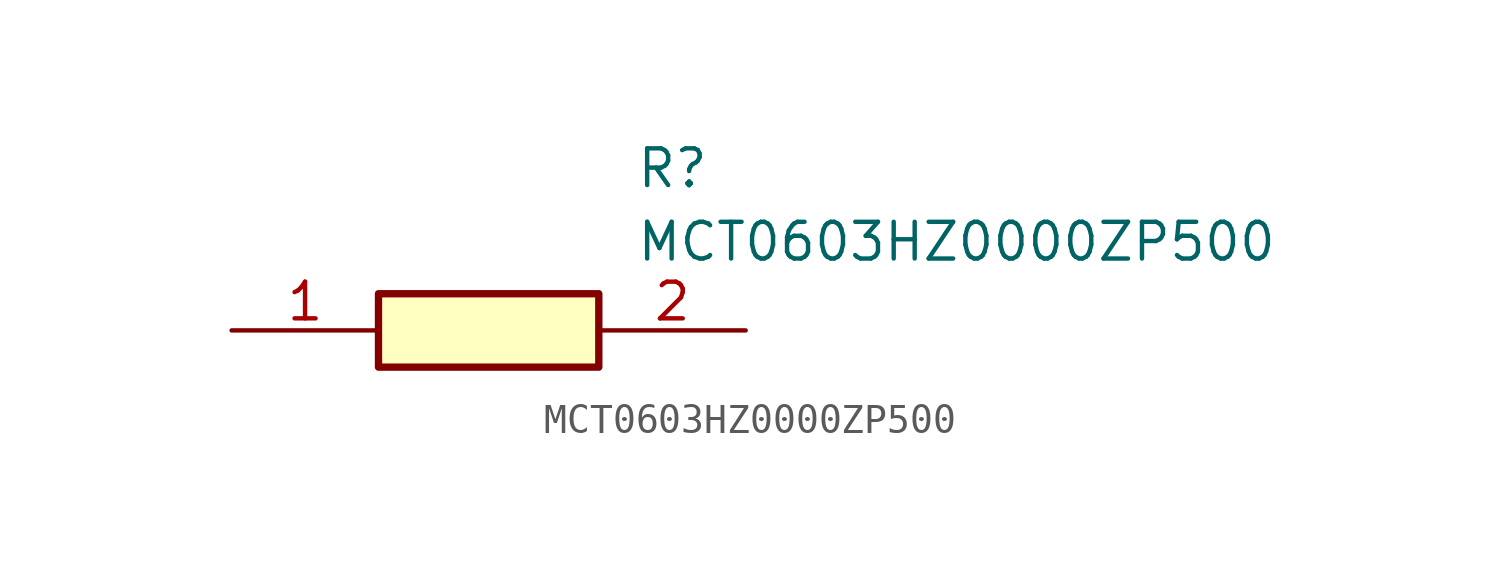
<source format=kicad_sym>
(kicad_symbol_lib
  (version 20211014)
  (generator SamacSys_ECAD_Model)
  (symbol "MCT0603HZ0000ZP500"
    (pin_names hide)
    (property "Reference" "R"
      (at 13.97 6.35 0)
      (effects (font (size 1.27 1.27)) (justify left top)))
    (property "Value" "MCT0603HZ0000ZP500"
      (at 13.97 3.81 0)
      (effects (font (size 1.27 1.27)) (justify left top)))
    (rectangle
      (start 5.08 1.27)
      (end 12.7 -1.27)
      (stroke (width 0.254) (type default))
      (fill (type background)))
    (pin passive line
      (at 0 0 0)
      (length 5.08)
      (name "1" (effects (font (size 1.27 1.27))))
      (number "1" (effects (font (size 1.27 1.27)))))
    (pin passive line
      (at 17.78 0 180)
      (length 5.08)
      (name "2" (effects (font (size 1.27 1.27))))
      (number "2" (effects (font (size 1.27 1.27)))))))
</source>
